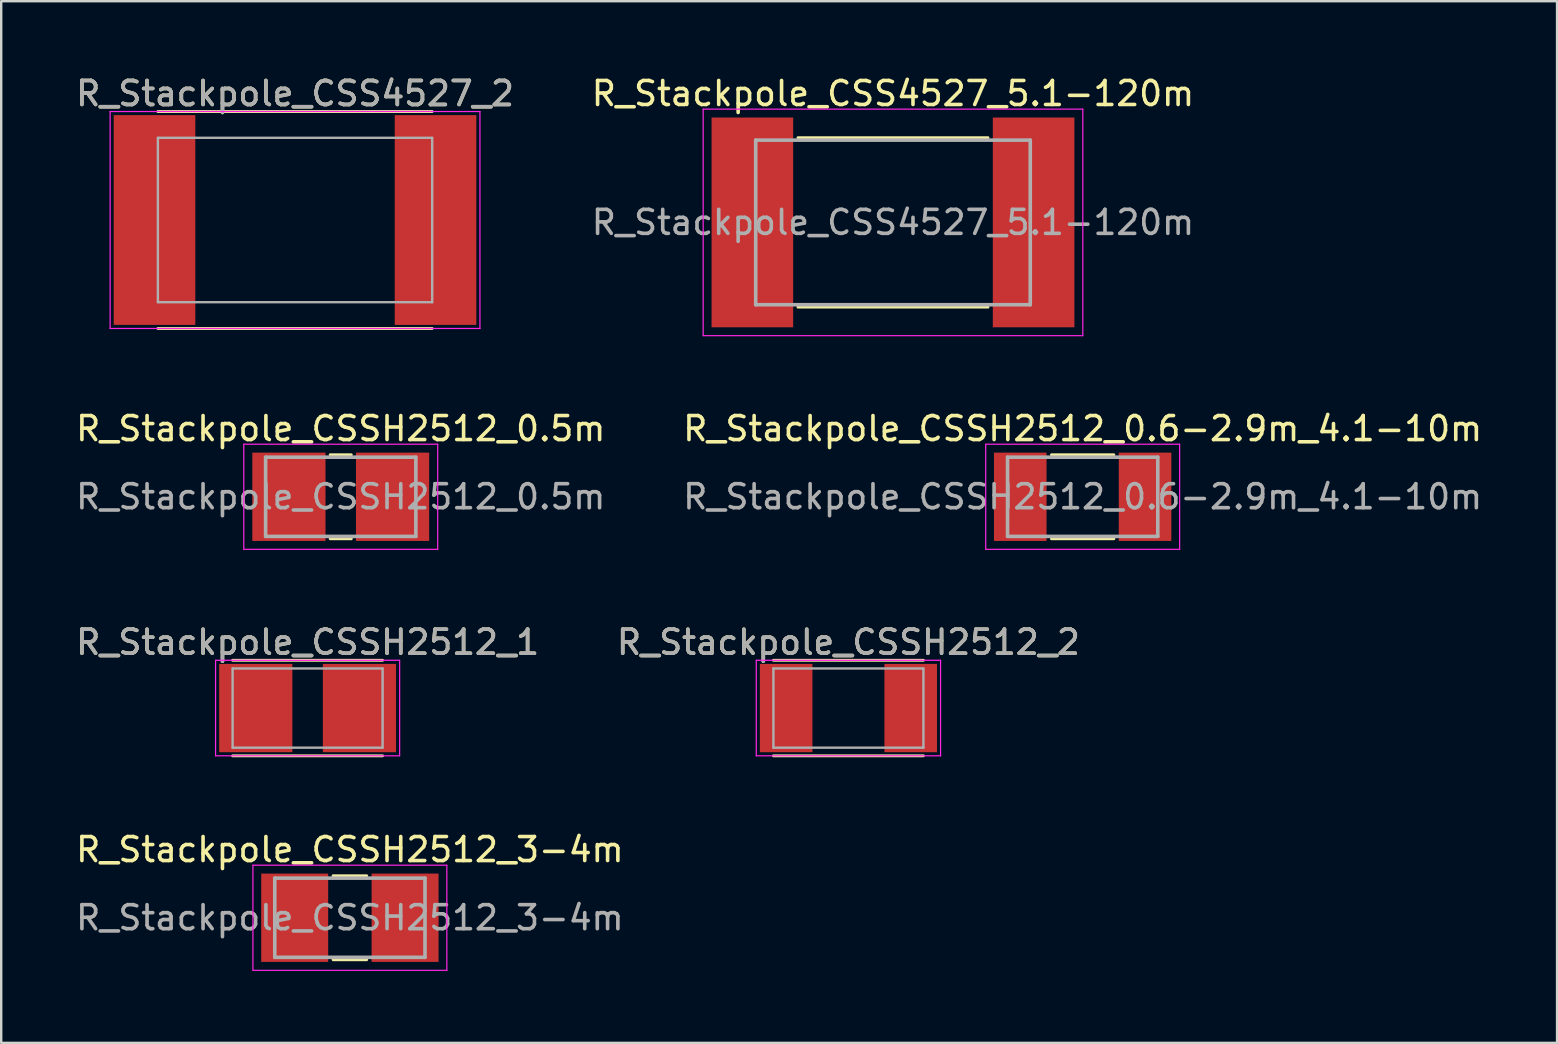
<source format=kicad_pcb>
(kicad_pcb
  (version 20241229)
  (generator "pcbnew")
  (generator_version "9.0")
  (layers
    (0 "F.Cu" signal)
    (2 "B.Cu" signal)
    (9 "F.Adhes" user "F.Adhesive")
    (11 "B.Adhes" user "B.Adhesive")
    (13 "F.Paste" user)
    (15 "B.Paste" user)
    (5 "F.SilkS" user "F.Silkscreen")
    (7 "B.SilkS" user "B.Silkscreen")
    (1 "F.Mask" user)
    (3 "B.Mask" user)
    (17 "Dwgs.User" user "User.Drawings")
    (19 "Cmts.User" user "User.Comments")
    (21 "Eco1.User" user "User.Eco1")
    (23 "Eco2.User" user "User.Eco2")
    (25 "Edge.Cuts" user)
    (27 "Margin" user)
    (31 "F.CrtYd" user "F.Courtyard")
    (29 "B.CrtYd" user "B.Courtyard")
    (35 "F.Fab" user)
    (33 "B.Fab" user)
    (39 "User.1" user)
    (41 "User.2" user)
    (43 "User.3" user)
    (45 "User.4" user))
  (footprint "R_Stackpole_CSSH2512_3-4m"
    (layer "F.Cu")
    (at 11.53 35.193)
    (property "Reference" "R_Stackpole_CSSH2512_3-4m" (at 0 -2.84 0) (layer "F.SilkS") (effects (font (size 1 1) (thickness 0.15))))
    (attr smd)
    (fp_line (start -0.7 -1.75) (end 0.7 -1.75) (stroke (width 0.12) (type solid)) (layer "F.SilkS"))
    (fp_line (start -0.7 1.75) (end 0.7 1.75) (stroke (width 0.12) (type solid)) (layer "F.SilkS"))
    (fp_line (start -4.04 -2.19) (end -4.04 2.19) (stroke (width 0.05) (type solid)) (layer "F.CrtYd"))
    (fp_line (start -4.04 2.19) (end 4.04 2.19) (stroke (width 0.05) (type solid)) (layer "F.CrtYd"))
    (fp_line (start 4.04 -2.19) (end -4.04 -2.19) (stroke (width 0.05) (type solid)) (layer "F.CrtYd"))
    (fp_line (start 4.04 2.19) (end 4.04 -2.19) (stroke (width 0.05) (type solid)) (layer "F.CrtYd"))
    (fp_line (start -3.13 -1.65) (end -3.13 1.65) (stroke (width 0.15) (type solid)) (layer "F.Fab"))
    (fp_line (start -3.13 1.65) (end 3.13 1.65) (stroke (width 0.15) (type solid)) (layer "F.Fab"))
    (fp_line (start 3.13 -1.65) (end -3.13 -1.65) (stroke (width 0.15) (type solid)) (layer "F.Fab"))
    (fp_line (start 3.13 1.65) (end 3.13 -1.65) (stroke (width 0.15) (type solid)) (layer "F.Fab"))
    (fp_text user "${REFERENCE}" (at 0 0 0) (layer "F.Fab") (effects (font (size 1 1) (thickness 0.15))))
    (pad "1" smd rect (at -2.3 0) (size 2.79 3.68) (layers "F.Cu" "F.Mask" "F.Paste"))
    (pad "2" smd rect (at 2.3 0) (size 2.79 3.68) (layers "F.Cu" "F.Mask" "F.Paste")))
  (footprint "R_Stackpole_CSSH2512_2"
    (layer "F.Cu")
    (at 32.304 26.455)
    (property "Reference" "R_Stackpole_CSSH2512_2" (at 0 -2.74 0) (layer "F.SilkS") (effects (font (size 1 1) (thickness 0.15))))
    (attr smd)
    (fp_line (start 3.125 -1.99) (end -3.125 -1.99) (stroke (width 0.12) (type solid)) (layer "F.SilkS"))
    (fp_line (start 3.125 1.99) (end -3.125 1.99) (stroke (width 0.12) (type solid)) (layer "F.SilkS"))
    (fp_line (start -3.84 -1.99) (end -3.84 1.99) (stroke (width 0.05) (type solid)) (layer "F.CrtYd"))
    (fp_line (start -3.84 1.99) (end 3.84 1.99) (stroke (width 0.05) (type solid)) (layer "F.CrtYd"))
    (fp_line (start 3.84 -1.99) (end -3.84 -1.99) (stroke (width 0.05) (type solid)) (layer "F.CrtYd"))
    (fp_line (start 3.84 1.99) (end 3.84 -1.99) (stroke (width 0.05) (type solid)) (layer "F.CrtYd"))
    (fp_line (start -3.125 -1.65) (end -3.125 1.65) (stroke (width 0.1) (type solid)) (layer "F.Fab"))
    (fp_line (start -3.125 1.65) (end 3.125 1.65) (stroke (width 0.1) (type solid)) (layer "F.Fab"))
    (fp_line (start 3.125 -1.65) (end -3.125 -1.65) (stroke (width 0.1) (type solid)) (layer "F.Fab"))
    (fp_line (start 3.125 1.65) (end 3.125 -1.65) (stroke (width 0.1) (type solid)) (layer "F.Fab"))
    (fp_text user "${REFERENCE}" (at 0 -2.74 0) (layer "F.Fab") (effects (font (size 1 1) (thickness 0.15))))
    (pad "1" smd rect (at -2.595 0) (size 2.19 3.68) (layers "F.Cu" "F.Mask" "F.Paste"))
    (pad "2" smd rect (at 2.595 0) (size 2.19 3.68) (layers "F.Cu" "F.Mask" "F.Paste")))
  (footprint "R_Stackpole_CSS4527_5.1-120m"
    (layer "F.Cu")
    (at 34.161 6.218)
    (property "Reference" "R_Stackpole_CSS4527_5.1-120m" (at 0 -5.37 0) (layer "F.SilkS") (effects (font (size 1 1) (thickness 0.15))))
    (attr smd)
    (fp_line (start -3.96 -3.53) (end 3.96 -3.53) (stroke (width 0.12) (type solid)) (layer "F.SilkS"))
    (fp_line (start -3.96 3.53) (end 3.96 3.53) (stroke (width 0.12) (type solid)) (layer "F.SilkS"))
    (fp_line (start -7.91 -4.72) (end -7.91 4.72) (stroke (width 0.05) (type solid)) (layer "F.CrtYd"))
    (fp_line (start -7.91 4.72) (end 7.91 4.72) (stroke (width 0.05) (type solid)) (layer "F.CrtYd"))
    (fp_line (start 7.91 -4.72) (end -7.91 -4.72) (stroke (width 0.05) (type solid)) (layer "F.CrtYd"))
    (fp_line (start 7.91 4.72) (end 7.91 -4.72) (stroke (width 0.05) (type solid)) (layer "F.CrtYd"))
    (fp_line (start -5.72 -3.43) (end -5.72 3.43) (stroke (width 0.15) (type solid)) (layer "F.Fab"))
    (fp_line (start -5.72 3.43) (end 5.72 3.43) (stroke (width 0.15) (type solid)) (layer "F.Fab"))
    (fp_line (start 5.72 -3.43) (end -5.72 -3.43) (stroke (width 0.15) (type solid)) (layer "F.Fab"))
    (fp_line (start 5.72 3.43) (end 5.72 -3.43) (stroke (width 0.15) (type solid)) (layer "F.Fab"))
    (fp_text user "${REFERENCE}" (at 0 0 0) (layer "F.Fab") (effects (font (size 1 1) (thickness 0.15))))
    (pad "1" smd rect (at -5.86 0) (size 3.4 8.74) (layers "F.Cu" "F.Mask" "F.Paste"))
    (pad "2" smd rect (at 5.86 0) (size 3.4 8.74) (layers "F.Cu" "F.Mask" "F.Paste")))
  (footprint "R_Stackpole_CSSH2512_0.6-2.9m_4.1-10m"
    (layer "F.Cu")
    (at 42.065 17.651)
    (property "Reference" "R_Stackpole_CSSH2512_0.6-2.9m_4.1-10m" (at 0 -2.84 0) (layer "F.SilkS") (effects (font (size 1 1) (thickness 0.15))))
    (attr smd)
    (fp_line (start -1.3 -1.75) (end 1.3 -1.75) (stroke (width 0.12) (type solid)) (layer "F.SilkS"))
    (fp_line (start -1.3 1.75) (end 1.3 1.75) (stroke (width 0.12) (type solid)) (layer "F.SilkS"))
    (fp_line (start -4.04 -2.19) (end -4.04 2.19) (stroke (width 0.05) (type solid)) (layer "F.CrtYd"))
    (fp_line (start -4.04 2.19) (end 4.04 2.19) (stroke (width 0.05) (type solid)) (layer "F.CrtYd"))
    (fp_line (start 4.04 -2.19) (end -4.04 -2.19) (stroke (width 0.05) (type solid)) (layer "F.CrtYd"))
    (fp_line (start 4.04 2.19) (end 4.04 -2.19) (stroke (width 0.05) (type solid)) (layer "F.CrtYd"))
    (fp_line (start -3.13 -1.65) (end -3.13 1.65) (stroke (width 0.15) (type solid)) (layer "F.Fab"))
    (fp_line (start -3.13 1.65) (end 3.13 1.65) (stroke (width 0.15) (type solid)) (layer "F.Fab"))
    (fp_line (start 3.13 -1.65) (end -3.13 -1.65) (stroke (width 0.15) (type solid)) (layer "F.Fab"))
    (fp_line (start 3.13 1.65) (end 3.13 -1.65) (stroke (width 0.15) (type solid)) (layer "F.Fab"))
    (fp_text user "${REFERENCE}" (at 0 0 0) (layer "F.Fab") (effects (font (size 1 1) (thickness 0.15))))
    (pad "1" smd rect (at -2.6 0) (size 2.19 3.68) (layers "F.Cu" "F.Mask" "F.Paste"))
    (pad "2" smd rect (at 2.6 0) (size 2.19 3.68) (layers "F.Cu" "F.Mask" "F.Paste")))
  (footprint "R_Stackpole_CSS4527_2"
    (layer "F.Cu")
    (at 9.244 6.118)
    (property "Reference" "R_Stackpole_CSS4527_2" (at 0 -5.27 0) (layer "F.SilkS") (effects (font (size 1 1) (thickness 0.15))))
    (attr smd)
    (fp_line (start 5.715 -4.52) (end -5.715 -4.52) (stroke (width 0.12) (type solid)) (layer "F.SilkS"))
    (fp_line (start 5.715 4.52) (end -5.715 4.52) (stroke (width 0.12) (type solid)) (layer "F.SilkS"))
    (fp_line (start -7.705 -4.52) (end -7.705 4.52) (stroke (width 0.05) (type solid)) (layer "F.CrtYd"))
    (fp_line (start -7.705 4.52) (end 7.705 4.52) (stroke (width 0.05) (type solid)) (layer "F.CrtYd"))
    (fp_line (start 7.705 -4.52) (end -7.705 -4.52) (stroke (width 0.05) (type solid)) (layer "F.CrtYd"))
    (fp_line (start 7.705 4.52) (end 7.705 -4.52) (stroke (width 0.05) (type solid)) (layer "F.CrtYd"))
    (fp_line (start -5.715 -3.425) (end -5.715 3.425) (stroke (width 0.1) (type solid)) (layer "F.Fab"))
    (fp_line (start -5.715 3.425) (end 5.715 3.425) (stroke (width 0.1) (type solid)) (layer "F.Fab"))
    (fp_line (start 5.715 -3.425) (end -5.715 -3.425) (stroke (width 0.1) (type solid)) (layer "F.Fab"))
    (fp_line (start 5.715 3.425) (end 5.715 -3.425) (stroke (width 0.1) (type solid)) (layer "F.Fab"))
    (fp_text user "${REFERENCE}" (at 0 -5.27 0) (layer "F.Fab") (effects (font (size 1 1) (thickness 0.15))))
    (pad "1" smd rect (at -5.855 0) (size 3.4 8.74) (layers "F.Cu" "F.Mask" "F.Paste"))
    (pad "2" smd rect (at 5.855 0) (size 3.4 8.74) (layers "F.Cu" "F.Mask" "F.Paste")))
  (footprint "R_Stackpole_CSSH2512_1"
    (layer "F.Cu")
    (at 9.768 26.455)
    (property "Reference" "R_Stackpole_CSSH2512_1" (at 0 -2.74 0) (layer "F.SilkS") (effects (font (size 1 1) (thickness 0.15))))
    (attr smd)
    (fp_line (start 3.125 -1.99) (end -3.125 -1.99) (stroke (width 0.12) (type solid)) (layer "F.SilkS"))
    (fp_line (start 3.125 1.99) (end -3.125 1.99) (stroke (width 0.12) (type solid)) (layer "F.SilkS"))
    (fp_line (start -3.835 -1.99) (end -3.835 1.99) (stroke (width 0.05) (type solid)) (layer "F.CrtYd"))
    (fp_line (start -3.835 1.99) (end 3.835 1.99) (stroke (width 0.05) (type solid)) (layer "F.CrtYd"))
    (fp_line (start 3.835 -1.99) (end -3.835 -1.99) (stroke (width 0.05) (type solid)) (layer "F.CrtYd"))
    (fp_line (start 3.835 1.99) (end 3.835 -1.99) (stroke (width 0.05) (type solid)) (layer "F.CrtYd"))
    (fp_line (start -3.125 -1.65) (end -3.125 1.65) (stroke (width 0.1) (type solid)) (layer "F.Fab"))
    (fp_line (start -3.125 1.65) (end 3.125 1.65) (stroke (width 0.1) (type solid)) (layer "F.Fab"))
    (fp_line (start 3.125 -1.65) (end -3.125 -1.65) (stroke (width 0.1) (type solid)) (layer "F.Fab"))
    (fp_line (start 3.125 1.65) (end 3.125 -1.65) (stroke (width 0.1) (type solid)) (layer "F.Fab"))
    (fp_text user "${REFERENCE}" (at 0 -2.74 0) (layer "F.Fab") (effects (font (size 1 1) (thickness 0.15))))
    (pad "1" smd rect (at -2.16 0) (size 3.05 3.68) (layers "F.Cu" "F.Mask" "F.Paste"))
    (pad "2" smd rect (at 2.16 0) (size 3.05 3.68) (layers "F.Cu" "F.Mask" "F.Paste")))
  (footprint "R_Stackpole_CSSH2512_0.5m"
    (layer "F.Cu")
    (at 11.149 17.651)
    (property "Reference" "R_Stackpole_CSSH2512_0.5m" (at 0 -2.84 0) (layer "F.SilkS") (effects (font (size 1 1) (thickness 0.15))))
    (attr smd)
    (fp_line (start -0.44 -1.75) (end 0.44 -1.75) (stroke (width 0.12) (type solid)) (layer "F.SilkS"))
    (fp_line (start -0.44 1.75) (end 0.44 1.75) (stroke (width 0.12) (type solid)) (layer "F.SilkS"))
    (fp_line (start -4.04 -2.19) (end -4.04 2.19) (stroke (width 0.05) (type solid)) (layer "F.CrtYd"))
    (fp_line (start -4.04 2.19) (end 4.04 2.19) (stroke (width 0.05) (type solid)) (layer "F.CrtYd"))
    (fp_line (start 4.04 -2.19) (end -4.04 -2.19) (stroke (width 0.05) (type solid)) (layer "F.CrtYd"))
    (fp_line (start 4.04 2.19) (end 4.04 -2.19) (stroke (width 0.05) (type solid)) (layer "F.CrtYd"))
    (fp_line (start -3.13 -1.65) (end -3.13 1.65) (stroke (width 0.15) (type solid)) (layer "F.Fab"))
    (fp_line (start -3.13 1.65) (end 3.13 1.65) (stroke (width 0.15) (type solid)) (layer "F.Fab"))
    (fp_line (start 3.13 -1.65) (end -3.13 -1.65) (stroke (width 0.15) (type solid)) (layer "F.Fab"))
    (fp_line (start 3.13 1.65) (end 3.13 -1.65) (stroke (width 0.15) (type solid)) (layer "F.Fab"))
    (fp_text user "${REFERENCE}" (at 0 0 0) (layer "F.Fab") (effects (font (size 1 1) (thickness 0.15))))
    (pad "1" smd rect (at -2.16 0) (size 3.05 3.68) (layers "F.Cu" "F.Mask" "F.Paste"))
    (pad "2" smd rect (at 2.16 0) (size 3.05 3.68) (layers "F.Cu" "F.Mask" "F.Paste")))
  (gr_rect
    (start -3 -3)
    (end 61.833 40.408)
    (stroke (width 0.1) (type default))
    (fill no)
    (layer "Edge.Cuts")))
</source>
